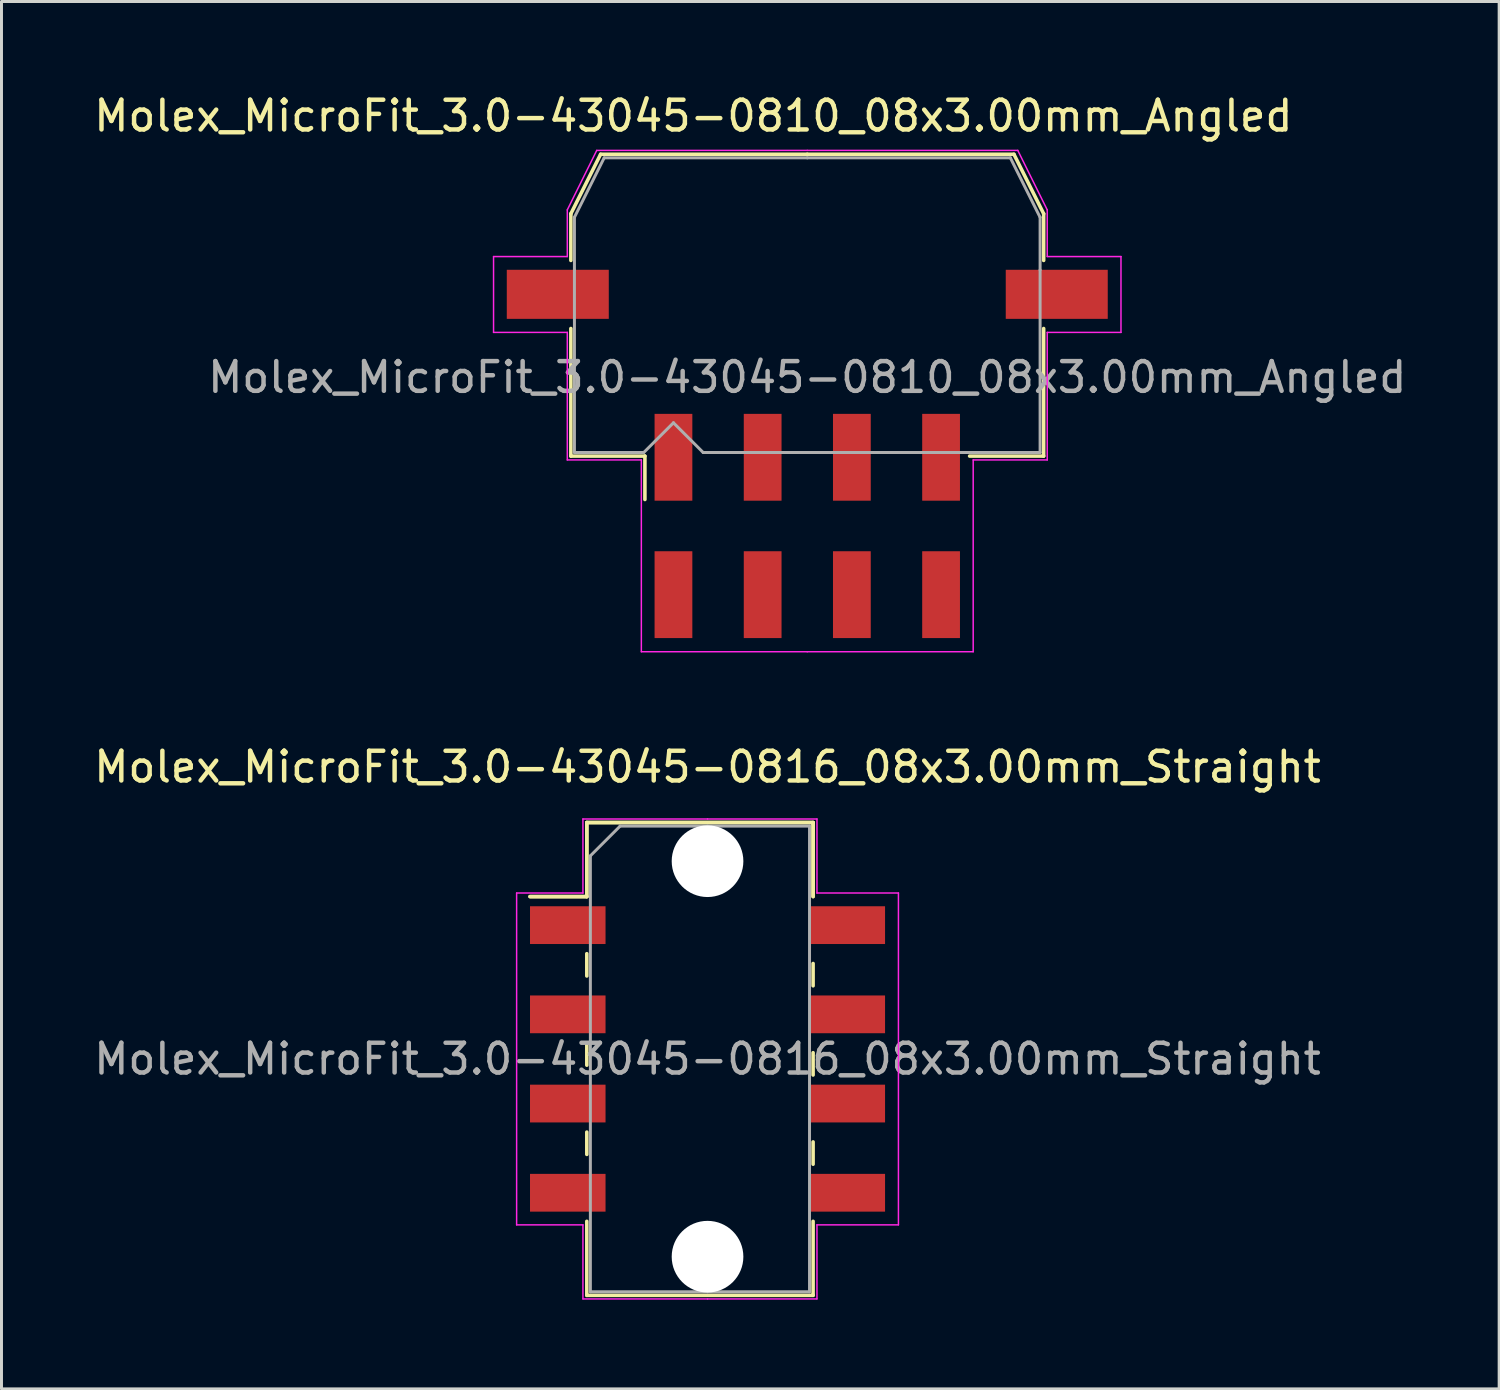
<source format=kicad_pcb>
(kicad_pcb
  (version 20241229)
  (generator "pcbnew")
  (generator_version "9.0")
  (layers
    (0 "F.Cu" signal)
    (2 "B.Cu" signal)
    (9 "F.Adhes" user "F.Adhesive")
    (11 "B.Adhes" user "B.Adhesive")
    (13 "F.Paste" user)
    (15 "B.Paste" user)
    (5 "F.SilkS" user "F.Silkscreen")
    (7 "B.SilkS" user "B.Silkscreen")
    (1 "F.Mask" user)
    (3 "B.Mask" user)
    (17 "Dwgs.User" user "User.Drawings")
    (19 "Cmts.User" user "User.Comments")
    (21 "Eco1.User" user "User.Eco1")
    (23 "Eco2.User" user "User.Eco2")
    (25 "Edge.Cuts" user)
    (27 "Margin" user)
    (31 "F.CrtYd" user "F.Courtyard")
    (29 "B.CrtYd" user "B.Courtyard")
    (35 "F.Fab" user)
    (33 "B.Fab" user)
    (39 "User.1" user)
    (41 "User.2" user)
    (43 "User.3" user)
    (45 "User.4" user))
  (footprint "Molex_MicroFit_3.0-43045-0810_08x3.00mm_Angled"
    (layer "F.Cu")
    (at 24.098 14.638)
    (property "Reference" "Molex_MicroFit_3.0-43045-0810_08x3.00mm_Angled" (at -3.83 -13.79 0) (layer "F.SilkS") (effects (font (size 1 1) (thickness 0.15))))
    (attr smd)
    (fp_line (start -7.95 -10.5) (end -7.95 -8.93) (stroke (width 0.12) (type solid)) (layer "F.SilkS"))
    (fp_line (start -7.95 -6.64) (end -7.95 -2.35) (stroke (width 0.12) (type solid)) (layer "F.SilkS"))
    (fp_line (start -7.95 -2.35) (end -5.46 -2.35) (stroke (width 0.12) (type solid)) (layer "F.SilkS"))
    (fp_line (start -6.95 -12.5) (end -7.95 -10.5) (stroke (width 0.12) (type solid)) (layer "F.SilkS"))
    (fp_line (start -5.46 -2.35) (end -5.46 -0.89) (stroke (width 0.12) (type solid)) (layer "F.SilkS"))
    (fp_line (start 0 -12.5) (end -6.95 -12.5) (stroke (width 0.12) (type solid)) (layer "F.SilkS"))
    (fp_line (start 0 -12.5) (end 6.95 -12.5) (stroke (width 0.12) (type solid)) (layer "F.SilkS"))
    (fp_line (start 6.95 -12.5) (end 7.95 -10.5) (stroke (width 0.12) (type solid)) (layer "F.SilkS"))
    (fp_line (start 7.95 -10.5) (end 7.95 -8.93) (stroke (width 0.12) (type solid)) (layer "F.SilkS"))
    (fp_line (start 7.95 -6.64) (end 7.95 -2.35) (stroke (width 0.12) (type solid)) (layer "F.SilkS"))
    (fp_line (start 7.95 -2.35) (end 5.46 -2.35) (stroke (width 0.12) (type solid)) (layer "F.SilkS"))
    (fp_line (start -10.55 -9.06) (end -10.55 -6.51) (stroke (width 0.05) (type solid)) (layer "F.CrtYd"))
    (fp_line (start -10.55 -6.51) (end -8.07 -6.51) (stroke (width 0.05) (type solid)) (layer "F.CrtYd"))
    (fp_line (start -8.07 -10.63) (end -8.07 -9.06) (stroke (width 0.05) (type solid)) (layer "F.CrtYd"))
    (fp_line (start -8.07 -9.06) (end -10.55 -9.06) (stroke (width 0.05) (type solid)) (layer "F.CrtYd"))
    (fp_line (start -8.07 -6.51) (end -8.07 -2.22) (stroke (width 0.05) (type solid)) (layer "F.CrtYd"))
    (fp_line (start -8.07 -2.22) (end -5.58 -2.22) (stroke (width 0.05) (type solid)) (layer "F.CrtYd"))
    (fp_line (start -7.08 -12.63) (end -8.07 -10.63) (stroke (width 0.05) (type solid)) (layer "F.CrtYd"))
    (fp_line (start -5.58 -2.22) (end -5.58 4.23) (stroke (width 0.05) (type solid)) (layer "F.CrtYd"))
    (fp_line (start -5.58 4.23) (end 0 4.23) (stroke (width 0.05) (type solid)) (layer "F.CrtYd"))
    (fp_line (start 0 -12.63) (end -7.08 -12.63) (stroke (width 0.05) (type solid)) (layer "F.CrtYd"))
    (fp_line (start 0 -12.63) (end 7.08 -12.63) (stroke (width 0.05) (type solid)) (layer "F.CrtYd"))
    (fp_line (start 5.58 -2.22) (end 5.58 4.23) (stroke (width 0.05) (type solid)) (layer "F.CrtYd"))
    (fp_line (start 5.58 4.23) (end 0 4.23) (stroke (width 0.05) (type solid)) (layer "F.CrtYd"))
    (fp_line (start 7.08 -12.63) (end 8.07 -10.63) (stroke (width 0.05) (type solid)) (layer "F.CrtYd"))
    (fp_line (start 8.07 -10.63) (end 8.07 -9.06) (stroke (width 0.05) (type solid)) (layer "F.CrtYd"))
    (fp_line (start 8.07 -9.06) (end 10.55 -9.06) (stroke (width 0.05) (type solid)) (layer "F.CrtYd"))
    (fp_line (start 8.07 -6.51) (end 8.07 -2.22) (stroke (width 0.05) (type solid)) (layer "F.CrtYd"))
    (fp_line (start 8.07 -2.22) (end 5.58 -2.22) (stroke (width 0.05) (type solid)) (layer "F.CrtYd"))
    (fp_line (start 10.55 -9.06) (end 10.55 -6.51) (stroke (width 0.05) (type solid)) (layer "F.CrtYd"))
    (fp_line (start 10.55 -6.51) (end 8.07 -6.51) (stroke (width 0.05) (type solid)) (layer "F.CrtYd"))
    (fp_line (start -7.83 -10.38) (end -7.83 -8.61) (stroke (width 0.1) (type solid)) (layer "F.Fab"))
    (fp_line (start -7.83 -8.61) (end -7.83 -2.47) (stroke (width 0.1) (type solid)) (layer "F.Fab"))
    (fp_line (start -7.83 -2.47) (end -5.5 -2.47) (stroke (width 0.1) (type solid)) (layer "F.Fab"))
    (fp_line (start -6.83 -12.38) (end -7.83 -10.38) (stroke (width 0.1) (type solid)) (layer "F.Fab"))
    (fp_line (start -5.5 -2.47) (end -4.5 -3.47) (stroke (width 0.1) (type solid)) (layer "F.Fab"))
    (fp_line (start -4.5 -3.47) (end -3.5 -2.47) (stroke (width 0.1) (type solid)) (layer "F.Fab"))
    (fp_line (start -3.5 -2.47) (end 0 -2.47) (stroke (width 0.1) (type solid)) (layer "F.Fab"))
    (fp_line (start 0 -12.38) (end -6.83 -12.38) (stroke (width 0.1) (type solid)) (layer "F.Fab"))
    (fp_line (start 0 -12.38) (end 6.83 -12.38) (stroke (width 0.1) (type solid)) (layer "F.Fab"))
    (fp_line (start 5.13 -2.47) (end 0 -2.47) (stroke (width 0.1) (type solid)) (layer "F.Fab"))
    (fp_line (start 6.83 -12.38) (end 7.83 -10.38) (stroke (width 0.1) (type solid)) (layer "F.Fab"))
    (fp_line (start 7.83 -10.38) (end 7.83 -8.61) (stroke (width 0.1) (type solid)) (layer "F.Fab"))
    (fp_line (start 7.83 -8.61) (end 7.83 -2.47) (stroke (width 0.1) (type solid)) (layer "F.Fab"))
    (fp_line (start 7.83 -2.47) (end 5.13 -2.47) (stroke (width 0.1) (type solid)) (layer "F.Fab"))
    (fp_text user "${REFERENCE}" (at 0 -5 0) (layer "F.Fab") (effects (font (size 1 1) (thickness 0.15))))
    (pad "" smd rect (at -8.39 -7.79) (size 3.43 1.65) (layers "F.Cu" "F.Mask" "F.Paste"))
    (pad "" smd rect (at 8.39 -7.79) (size 3.43 1.65) (layers "F.Cu" "F.Mask" "F.Paste"))
    (pad "1" smd rect (at -4.5 -2.31) (size 1.27 2.92) (layers "F.Cu" "F.Mask" "F.Paste"))
    (pad "2" smd rect (at -1.5 -2.31) (size 1.27 2.92) (layers "F.Cu" "F.Mask" "F.Paste"))
    (pad "3" smd rect (at 1.5 -2.31) (size 1.27 2.92) (layers "F.Cu" "F.Mask" "F.Paste"))
    (pad "4" smd rect (at 4.5 -2.31) (size 1.27 2.92) (layers "F.Cu" "F.Mask" "F.Paste"))
    (pad "5" smd rect (at 4.5 2.31) (size 1.27 2.92) (layers "F.Cu" "F.Mask" "F.Paste"))
    (pad "6" smd rect (at 1.5 2.31) (size 1.27 2.92) (layers "F.Cu" "F.Mask" "F.Paste"))
    (pad "7" smd rect (at -1.5 2.31) (size 1.27 2.92) (layers "F.Cu" "F.Mask" "F.Paste"))
    (pad "8" smd rect (at -4.5 2.31) (size 1.27 2.92) (layers "F.Cu" "F.Mask" "F.Paste")))
  (footprint "Molex_MicroFit_3.0-43045-0816_08x3.00mm_Straight"
    (layer "F.Cu")
    (at 20.744 32.562)
    (property "Reference" "Molex_MicroFit_3.0-43045-0816_08x3.00mm_Straight" (at 0 -9.82 0) (layer "F.SilkS") (effects (font (size 1 1) (thickness 0.15))))
    (attr smd)
    (fp_line (start -5.97 -5.46) (end -4.06 -5.46) (stroke (width 0.12) (type solid)) (layer "F.SilkS"))
    (fp_line (start -5.97 -5.46) (end -4.06 -5.46) (stroke (width 0.12) (type solid)) (layer "F.SilkS"))
    (fp_line (start -4.06 -7.95) (end 3.55 -7.95) (stroke (width 0.12) (type solid)) (layer "F.SilkS"))
    (fp_line (start -4.06 -7.95) (end 3.55 -7.95) (stroke (width 0.12) (type solid)) (layer "F.SilkS"))
    (fp_line (start -4.06 -5.46) (end -4.06 -7.95) (stroke (width 0.12) (type solid)) (layer "F.SilkS"))
    (fp_line (start -4.06 -5.46) (end -4.06 -7.95) (stroke (width 0.12) (type solid)) (layer "F.SilkS"))
    (fp_line (start -4.06 -3.54) (end -4.06 -2.79) (stroke (width 0.12) (type solid)) (layer "F.SilkS"))
    (fp_line (start -4.06 -0.54) (end -4.06 0.21) (stroke (width 0.12) (type solid)) (layer "F.SilkS"))
    (fp_line (start -4.06 2.46) (end -4.06 3.21) (stroke (width 0.12) (type solid)) (layer "F.SilkS"))
    (fp_line (start -4.06 7.95) (end -4.06 5.46) (stroke (width 0.12) (type solid)) (layer "F.SilkS"))
    (fp_line (start 3.55 -7.95) (end 3.55 -5.46) (stroke (width 0.12) (type solid)) (layer "F.SilkS"))
    (fp_line (start 3.55 -7.95) (end 3.55 -5.46) (stroke (width 0.12) (type solid)) (layer "F.SilkS"))
    (fp_line (start 3.55 -2.46) (end 3.55 -3.21) (stroke (width 0.12) (type solid)) (layer "F.SilkS"))
    (fp_line (start 3.55 0.54) (end 3.55 -0.21) (stroke (width 0.12) (type solid)) (layer "F.SilkS"))
    (fp_line (start 3.55 3.54) (end 3.55 2.79) (stroke (width 0.12) (type solid)) (layer "F.SilkS"))
    (fp_line (start 3.55 5.46) (end 3.55 7.95) (stroke (width 0.12) (type solid)) (layer "F.SilkS"))
    (fp_line (start 3.55 7.95) (end -4.06 7.95) (stroke (width 0.12) (type solid)) (layer "F.SilkS"))
    (fp_line (start -6.42 -5.58) (end -4.19 -5.58) (stroke (width 0.05) (type solid)) (layer "F.CrtYd"))
    (fp_line (start -6.42 5.58) (end -6.42 -5.58) (stroke (width 0.05) (type solid)) (layer "F.CrtYd"))
    (fp_line (start -4.19 -8.07) (end 0 -8.07) (stroke (width 0.05) (type solid)) (layer "F.CrtYd"))
    (fp_line (start -4.19 -5.58) (end -4.19 -8.07) (stroke (width 0.05) (type solid)) (layer "F.CrtYd"))
    (fp_line (start -4.19 5.58) (end -6.42 5.58) (stroke (width 0.05) (type solid)) (layer "F.CrtYd"))
    (fp_line (start -4.19 8.07) (end -4.19 5.58) (stroke (width 0.05) (type solid)) (layer "F.CrtYd"))
    (fp_line (start 0 -8.07) (end 3.68 -8.07) (stroke (width 0.05) (type solid)) (layer "F.CrtYd"))
    (fp_line (start 0 8.07) (end -4.19 8.07) (stroke (width 0.05) (type solid)) (layer "F.CrtYd"))
    (fp_line (start 3.68 -8.07) (end 3.68 -5.58) (stroke (width 0.05) (type solid)) (layer "F.CrtYd"))
    (fp_line (start 3.68 -5.58) (end 6.42 -5.58) (stroke (width 0.05) (type solid)) (layer "F.CrtYd"))
    (fp_line (start 3.68 5.58) (end 3.68 8.07) (stroke (width 0.05) (type solid)) (layer "F.CrtYd"))
    (fp_line (start 3.68 8.07) (end 0 8.07) (stroke (width 0.05) (type solid)) (layer "F.CrtYd"))
    (fp_line (start 6.42 -5.58) (end 6.42 5.58) (stroke (width 0.05) (type solid)) (layer "F.CrtYd"))
    (fp_line (start 6.42 5.58) (end 3.68 5.58) (stroke (width 0.05) (type solid)) (layer "F.CrtYd"))
    (fp_line (start -3.94 -6.83) (end -2.94 -7.83) (stroke (width 0.1) (type solid)) (layer "F.Fab"))
    (fp_line (start -3.94 7.83) (end -3.94 -6.83) (stroke (width 0.1) (type solid)) (layer "F.Fab"))
    (fp_line (start -2.94 -7.83) (end 0 -7.83) (stroke (width 0.1) (type solid)) (layer "F.Fab"))
    (fp_line (start 0 -7.83) (end 3.43 -7.83) (stroke (width 0.1) (type solid)) (layer "F.Fab"))
    (fp_line (start 0 7.83) (end -3.94 7.83) (stroke (width 0.1) (type solid)) (layer "F.Fab"))
    (fp_line (start 3.43 -7.83) (end 3.43 7.83) (stroke (width 0.1) (type solid)) (layer "F.Fab"))
    (fp_line (start 3.43 7.83) (end 0 7.83) (stroke (width 0.1) (type solid)) (layer "F.Fab"))
    (fp_text user "${REFERENCE}" (at 0 0 0) (layer "F.Fab") (effects (font (size 1 1) (thickness 0.15))))
    (pad "" np_thru_hole circle (at 0 -6.65) (size 2.41 2.41) (drill 2.41) (layers "*.Cu"))
    (pad "" np_thru_hole circle (at 0 6.65) (size 2.41 2.41) (drill 2.41) (layers "*.Cu"))
    (pad "1" smd rect (at -4.7 -4.5) (size 2.54 1.27) (layers "F.Cu" "F.Mask" "F.Paste"))
    (pad "2" smd rect (at -4.7 -1.5) (size 2.54 1.27) (layers "F.Cu" "F.Mask" "F.Paste"))
    (pad "3" smd rect (at -4.7 1.5) (size 2.54 1.27) (layers "F.Cu" "F.Mask" "F.Paste"))
    (pad "4" smd rect (at -4.7 4.5) (size 2.54 1.27) (layers "F.Cu" "F.Mask" "F.Paste"))
    (pad "5" smd rect (at 4.7 4.5) (size 2.54 1.27) (layers "F.Cu" "F.Mask" "F.Paste"))
    (pad "6" smd rect (at 4.7 1.5) (size 2.54 1.27) (layers "F.Cu" "F.Mask" "F.Paste"))
    (pad "7" smd rect (at 4.7 -1.5) (size 2.54 1.27) (layers "F.Cu" "F.Mask" "F.Paste"))
    (pad "8" smd rect (at 4.7 -4.5) (size 2.54 1.27) (layers "F.Cu" "F.Mask" "F.Paste")))
  (gr_rect
    (start -3 -3)
    (end 47.366 43.657)
    (stroke (width 0.1) (type default))
    (fill no)
    (layer "Edge.Cuts")))
</source>
